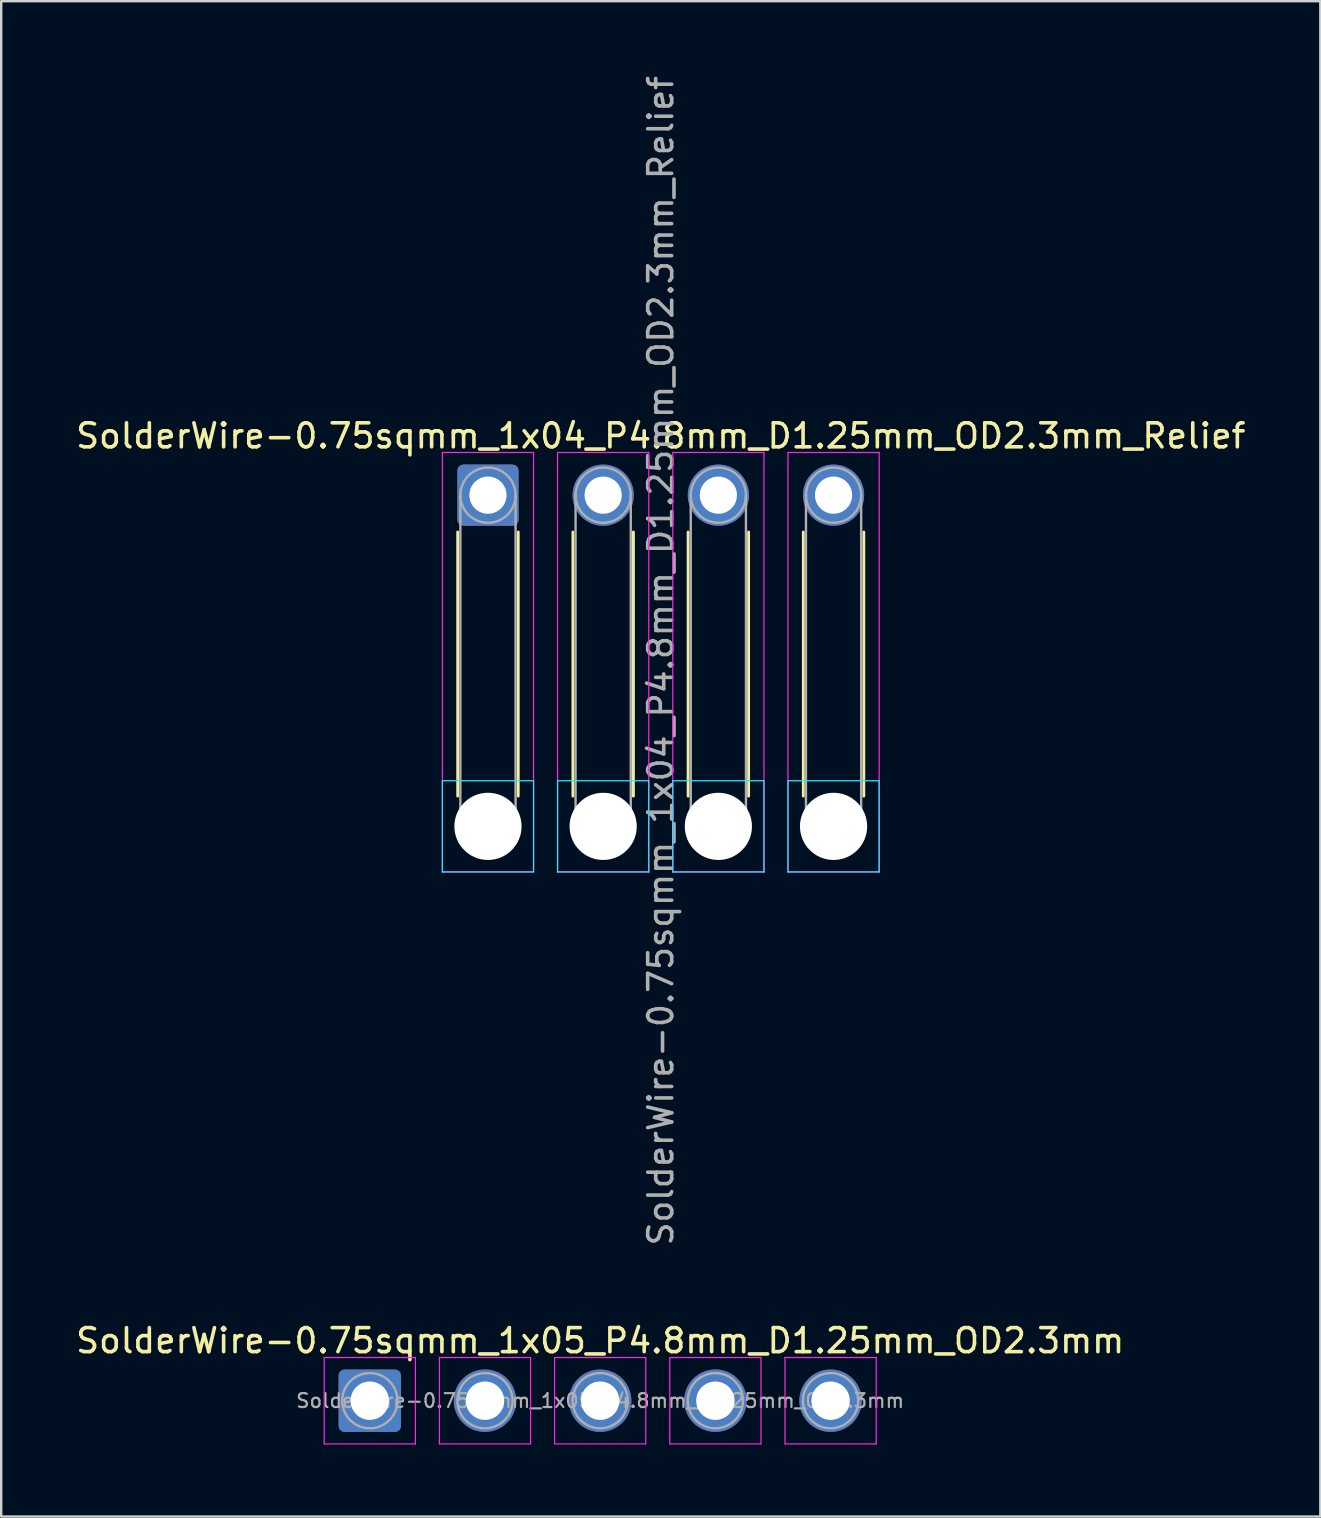
<source format=kicad_pcb>
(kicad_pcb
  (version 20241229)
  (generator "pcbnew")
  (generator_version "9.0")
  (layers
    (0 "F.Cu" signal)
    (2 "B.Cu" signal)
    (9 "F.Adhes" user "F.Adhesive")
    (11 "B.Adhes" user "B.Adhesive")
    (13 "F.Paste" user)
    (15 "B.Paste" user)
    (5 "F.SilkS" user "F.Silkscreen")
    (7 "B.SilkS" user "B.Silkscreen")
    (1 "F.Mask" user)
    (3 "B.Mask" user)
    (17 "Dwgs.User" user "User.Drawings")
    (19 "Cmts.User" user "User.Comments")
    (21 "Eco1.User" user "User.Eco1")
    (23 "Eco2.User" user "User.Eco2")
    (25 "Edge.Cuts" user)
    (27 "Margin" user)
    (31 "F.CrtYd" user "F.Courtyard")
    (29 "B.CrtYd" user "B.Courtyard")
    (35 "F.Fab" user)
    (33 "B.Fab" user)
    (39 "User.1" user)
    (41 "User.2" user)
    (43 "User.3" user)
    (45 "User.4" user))
  (footprint "SolderWire-0.75sqmm_1x04_P4.8mm_D1.25mm_OD2.3mm_Relief"
    (layer "F.Cu")
    (at 17.282 17.582)
    (property "Reference" "SolderWire-0.75sqmm_1x04_P4.8mm_D1.25mm_OD2.3mm_Relief" (at 7.2 -2.47 0) (layer "F.SilkS") (effects (font (size 1 1) (thickness 0.15))))
    (attr exclude_from_pos_files exclude_from_bom)
    (fp_line (start -1.26 1.535) (end -1.26 12.54) (stroke (width 0.12) (type solid)) (layer "F.SilkS"))
    (fp_line (start 1.26 1.535) (end 1.26 12.54) (stroke (width 0.12) (type solid)) (layer "F.SilkS"))
    (fp_line (start 3.54 1.535) (end 3.54 12.54) (stroke (width 0.12) (type solid)) (layer "F.SilkS"))
    (fp_line (start 6.06 1.535) (end 6.06 12.54) (stroke (width 0.12) (type solid)) (layer "F.SilkS"))
    (fp_line (start 8.34 1.535) (end 8.34 12.54) (stroke (width 0.12) (type solid)) (layer "F.SilkS"))
    (fp_line (start 10.86 1.535) (end 10.86 12.54) (stroke (width 0.12) (type solid)) (layer "F.SilkS"))
    (fp_line (start 13.14 1.535) (end 13.14 12.54) (stroke (width 0.12) (type solid)) (layer "F.SilkS"))
    (fp_line (start 15.66 1.535) (end 15.66 12.54) (stroke (width 0.12) (type solid)) (layer "F.SilkS"))
    (fp_line (start -1.9 11.9) (end -1.9 15.7) (stroke (width 0.05) (type solid)) (layer "B.CrtYd"))
    (fp_line (start -1.9 15.7) (end 1.9 15.7) (stroke (width 0.05) (type solid)) (layer "B.CrtYd"))
    (fp_line (start 1.9 11.9) (end -1.9 11.9) (stroke (width 0.05) (type solid)) (layer "B.CrtYd"))
    (fp_line (start 1.9 15.7) (end 1.9 11.9) (stroke (width 0.05) (type solid)) (layer "B.CrtYd"))
    (fp_line (start 2.9 11.9) (end 2.9 15.7) (stroke (width 0.05) (type solid)) (layer "B.CrtYd"))
    (fp_line (start 2.9 15.7) (end 6.7 15.7) (stroke (width 0.05) (type solid)) (layer "B.CrtYd"))
    (fp_line (start 6.7 11.9) (end 2.9 11.9) (stroke (width 0.05) (type solid)) (layer "B.CrtYd"))
    (fp_line (start 6.7 15.7) (end 6.7 11.9) (stroke (width 0.05) (type solid)) (layer "B.CrtYd"))
    (fp_line (start 7.7 11.9) (end 7.7 15.7) (stroke (width 0.05) (type solid)) (layer "B.CrtYd"))
    (fp_line (start 7.7 15.7) (end 11.5 15.7) (stroke (width 0.05) (type solid)) (layer "B.CrtYd"))
    (fp_line (start 11.5 11.9) (end 7.7 11.9) (stroke (width 0.05) (type solid)) (layer "B.CrtYd"))
    (fp_line (start 11.5 15.7) (end 11.5 11.9) (stroke (width 0.05) (type solid)) (layer "B.CrtYd"))
    (fp_line (start 12.5 11.9) (end 12.5 15.7) (stroke (width 0.05) (type solid)) (layer "B.CrtYd"))
    (fp_line (start 12.5 15.7) (end 16.3 15.7) (stroke (width 0.05) (type solid)) (layer "B.CrtYd"))
    (fp_line (start 16.3 11.9) (end 12.5 11.9) (stroke (width 0.05) (type solid)) (layer "B.CrtYd"))
    (fp_line (start 16.3 15.7) (end 16.3 11.9) (stroke (width 0.05) (type solid)) (layer "B.CrtYd"))
    (fp_line (start -1.9 -1.78) (end -1.9 15.7) (stroke (width 0.05) (type solid)) (layer "F.CrtYd"))
    (fp_line (start -1.9 15.7) (end 1.9 15.7) (stroke (width 0.05) (type solid)) (layer "F.CrtYd"))
    (fp_line (start 1.9 -1.78) (end -1.9 -1.78) (stroke (width 0.05) (type solid)) (layer "F.CrtYd"))
    (fp_line (start 1.9 15.7) (end 1.9 -1.78) (stroke (width 0.05) (type solid)) (layer "F.CrtYd"))
    (fp_line (start 2.9 -1.78) (end 2.9 15.7) (stroke (width 0.05) (type solid)) (layer "F.CrtYd"))
    (fp_line (start 2.9 15.7) (end 6.7 15.7) (stroke (width 0.05) (type solid)) (layer "F.CrtYd"))
    (fp_line (start 6.7 -1.78) (end 2.9 -1.78) (stroke (width 0.05) (type solid)) (layer "F.CrtYd"))
    (fp_line (start 6.7 15.7) (end 6.7 -1.78) (stroke (width 0.05) (type solid)) (layer "F.CrtYd"))
    (fp_line (start 7.7 -1.78) (end 7.7 15.7) (stroke (width 0.05) (type solid)) (layer "F.CrtYd"))
    (fp_line (start 7.7 15.7) (end 11.5 15.7) (stroke (width 0.05) (type solid)) (layer "F.CrtYd"))
    (fp_line (start 11.5 -1.78) (end 7.7 -1.78) (stroke (width 0.05) (type solid)) (layer "F.CrtYd"))
    (fp_line (start 11.5 15.7) (end 11.5 -1.78) (stroke (width 0.05) (type solid)) (layer "F.CrtYd"))
    (fp_line (start 12.5 -1.78) (end 12.5 15.7) (stroke (width 0.05) (type solid)) (layer "F.CrtYd"))
    (fp_line (start 12.5 15.7) (end 16.3 15.7) (stroke (width 0.05) (type solid)) (layer "F.CrtYd"))
    (fp_line (start 16.3 -1.78) (end 12.5 -1.78) (stroke (width 0.05) (type solid)) (layer "F.CrtYd"))
    (fp_line (start 16.3 15.7) (end 16.3 -1.78) (stroke (width 0.05) (type solid)) (layer "F.CrtYd"))
    (fp_line (start -1.15 0) (end -1.15 13.8) (stroke (width 0.1) (type solid)) (layer "F.Fab"))
    (fp_line (start 1.15 0) (end 1.15 13.8) (stroke (width 0.1) (type solid)) (layer "F.Fab"))
    (fp_line (start 3.65 0) (end 3.65 13.8) (stroke (width 0.1) (type solid)) (layer "F.Fab"))
    (fp_line (start 5.95 0) (end 5.95 13.8) (stroke (width 0.1) (type solid)) (layer "F.Fab"))
    (fp_line (start 8.45 0) (end 8.45 13.8) (stroke (width 0.1) (type solid)) (layer "F.Fab"))
    (fp_line (start 10.75 0) (end 10.75 13.8) (stroke (width 0.1) (type solid)) (layer "F.Fab"))
    (fp_line (start 13.25 0) (end 13.25 13.8) (stroke (width 0.1) (type solid)) (layer "F.Fab"))
    (fp_line (start 15.55 0) (end 15.55 13.8) (stroke (width 0.1) (type solid)) (layer "F.Fab"))
    (fp_circle (center 0 0) (end 1.15 0) (stroke (width 0.1) (type solid)) (fill no) (layer "F.Fab"))
    (fp_circle (center 0 13.8) (end 1.15 13.8) (stroke (width 0.1) (type solid)) (fill no) (layer "F.Fab"))
    (fp_circle (center 4.8 0) (end 5.95 0) (stroke (width 0.1) (type solid)) (fill no) (layer "F.Fab"))
    (fp_circle (center 4.8 13.8) (end 5.95 13.8) (stroke (width 0.1) (type solid)) (fill no) (layer "F.Fab"))
    (fp_circle (center 9.6 0) (end 10.75 0) (stroke (width 0.1) (type solid)) (fill no) (layer "F.Fab"))
    (fp_circle (center 9.6 13.8) (end 10.75 13.8) (stroke (width 0.1) (type solid)) (fill no) (layer "F.Fab"))
    (fp_circle (center 14.4 0) (end 15.55 0) (stroke (width 0.1) (type solid)) (fill no) (layer "F.Fab"))
    (fp_circle (center 14.4 13.8) (end 15.55 13.8) (stroke (width 0.1) (type solid)) (fill no) (layer "F.Fab"))
    (fp_text user "${REFERENCE}" (at 7.2 6.9 90) (layer "F.Fab") (effects (font (size 1 1) (thickness 0.15))))
    (pad "" np_thru_hole circle (at 0 13.8) (size 2.8 2.8) (drill 2.8) (layers "*.Cu" "*.Mask"))
    (pad "" np_thru_hole circle (at 4.8 13.8) (size 2.8 2.8) (drill 2.8) (layers "*.Cu" "*.Mask"))
    (pad "" np_thru_hole circle (at 9.6 13.8) (size 2.8 2.8) (drill 2.8) (layers "*.Cu" "*.Mask"))
    (pad "" np_thru_hole circle (at 14.4 13.8) (size 2.8 2.8) (drill 2.8) (layers "*.Cu" "*.Mask"))
    (pad "1" thru_hole roundrect (at 0 0) (size 2.55 2.55) (drill 1.55) (layers "*.Cu" "*.Mask") (roundrect_rratio 0.098))
    (pad "2" thru_hole circle (at 4.8 0) (size 2.55 2.55) (drill 1.55) (layers "*.Cu" "*.Mask"))
    (pad "3" thru_hole circle (at 9.6 0) (size 2.55 2.55) (drill 1.55) (layers "*.Cu" "*.Mask"))
    (pad "4" thru_hole circle (at 14.4 0) (size 2.55 2.55) (drill 1.55) (layers "*.Cu" "*.Mask")))
  (footprint "SolderWire-0.75sqmm_1x05_P4.8mm_D1.25mm_OD2.3mm"
    (layer "F.Cu")
    (at 12.358 55.313)
    (property "Reference" "SolderWire-0.75sqmm_1x05_P4.8mm_D1.25mm_OD2.3mm" (at 9.6 -2.5 0) (layer "F.SilkS") (effects (font (size 1 1) (thickness 0.15))))
    (attr exclude_from_pos_files exclude_from_bom)
    (fp_line (start -1.9 -1.8) (end -1.9 1.8) (stroke (width 0.05) (type solid)) (layer "F.CrtYd"))
    (fp_line (start -1.9 1.8) (end 1.9 1.8) (stroke (width 0.05) (type solid)) (layer "F.CrtYd"))
    (fp_line (start 1.9 -1.8) (end -1.9 -1.8) (stroke (width 0.05) (type solid)) (layer "F.CrtYd"))
    (fp_line (start 1.9 1.8) (end 1.9 -1.8) (stroke (width 0.05) (type solid)) (layer "F.CrtYd"))
    (fp_line (start 2.9 -1.8) (end 2.9 1.8) (stroke (width 0.05) (type solid)) (layer "F.CrtYd"))
    (fp_line (start 2.9 1.8) (end 6.7 1.8) (stroke (width 0.05) (type solid)) (layer "F.CrtYd"))
    (fp_line (start 6.7 -1.8) (end 2.9 -1.8) (stroke (width 0.05) (type solid)) (layer "F.CrtYd"))
    (fp_line (start 6.7 1.8) (end 6.7 -1.8) (stroke (width 0.05) (type solid)) (layer "F.CrtYd"))
    (fp_line (start 7.7 -1.8) (end 7.7 1.8) (stroke (width 0.05) (type solid)) (layer "F.CrtYd"))
    (fp_line (start 7.7 1.8) (end 11.5 1.8) (stroke (width 0.05) (type solid)) (layer "F.CrtYd"))
    (fp_line (start 11.5 -1.8) (end 7.7 -1.8) (stroke (width 0.05) (type solid)) (layer "F.CrtYd"))
    (fp_line (start 11.5 1.8) (end 11.5 -1.8) (stroke (width 0.05) (type solid)) (layer "F.CrtYd"))
    (fp_line (start 12.5 -1.8) (end 12.5 1.8) (stroke (width 0.05) (type solid)) (layer "F.CrtYd"))
    (fp_line (start 12.5 1.8) (end 16.3 1.8) (stroke (width 0.05) (type solid)) (layer "F.CrtYd"))
    (fp_line (start 16.3 -1.8) (end 12.5 -1.8) (stroke (width 0.05) (type solid)) (layer "F.CrtYd"))
    (fp_line (start 16.3 1.8) (end 16.3 -1.8) (stroke (width 0.05) (type solid)) (layer "F.CrtYd"))
    (fp_line (start 17.3 -1.8) (end 17.3 1.8) (stroke (width 0.05) (type solid)) (layer "F.CrtYd"))
    (fp_line (start 17.3 1.8) (end 21.1 1.8) (stroke (width 0.05) (type solid)) (layer "F.CrtYd"))
    (fp_line (start 21.1 -1.8) (end 17.3 -1.8) (stroke (width 0.05) (type solid)) (layer "F.CrtYd"))
    (fp_line (start 21.1 1.8) (end 21.1 -1.8) (stroke (width 0.05) (type solid)) (layer "F.CrtYd"))
    (fp_circle (center 0 0) (end 1.15 0) (stroke (width 0.1) (type solid)) (fill no) (layer "F.Fab"))
    (fp_circle (center 4.8 0) (end 5.95 0) (stroke (width 0.1) (type solid)) (fill no) (layer "F.Fab"))
    (fp_circle (center 9.6 0) (end 10.75 0) (stroke (width 0.1) (type solid)) (fill no) (layer "F.Fab"))
    (fp_circle (center 14.4 0) (end 15.55 0) (stroke (width 0.1) (type solid)) (fill no) (layer "F.Fab"))
    (fp_circle (center 19.2 0) (end 20.35 0) (stroke (width 0.1) (type solid)) (fill no) (layer "F.Fab"))
    (fp_text user "${REFERENCE}" (at 9.6 0 0) (layer "F.Fab") (effects (font (size 0.58 0.58) (thickness 0.09))))
    (pad "1" thru_hole roundrect (at 0 0) (size 2.6 2.6) (drill 1.6) (layers "*.Cu" "*.Mask") (roundrect_rratio 0.096))
    (pad "2" thru_hole circle (at 4.8 0) (size 2.6 2.6) (drill 1.6) (layers "*.Cu" "*.Mask"))
    (pad "3" thru_hole circle (at 9.6 0) (size 2.6 2.6) (drill 1.6) (layers "*.Cu" "*.Mask"))
    (pad "4" thru_hole circle (at 14.4 0) (size 2.6 2.6) (drill 1.6) (layers "*.Cu" "*.Mask"))
    (pad "5" thru_hole circle (at 19.2 0) (size 2.6 2.6) (drill 1.6) (layers "*.Cu" "*.Mask")))
  (gr_rect
    (start -3 -3)
    (end 51.964 60.138)
    (stroke (width 0.1) (type default))
    (fill no)
    (layer "Edge.Cuts")))
</source>
